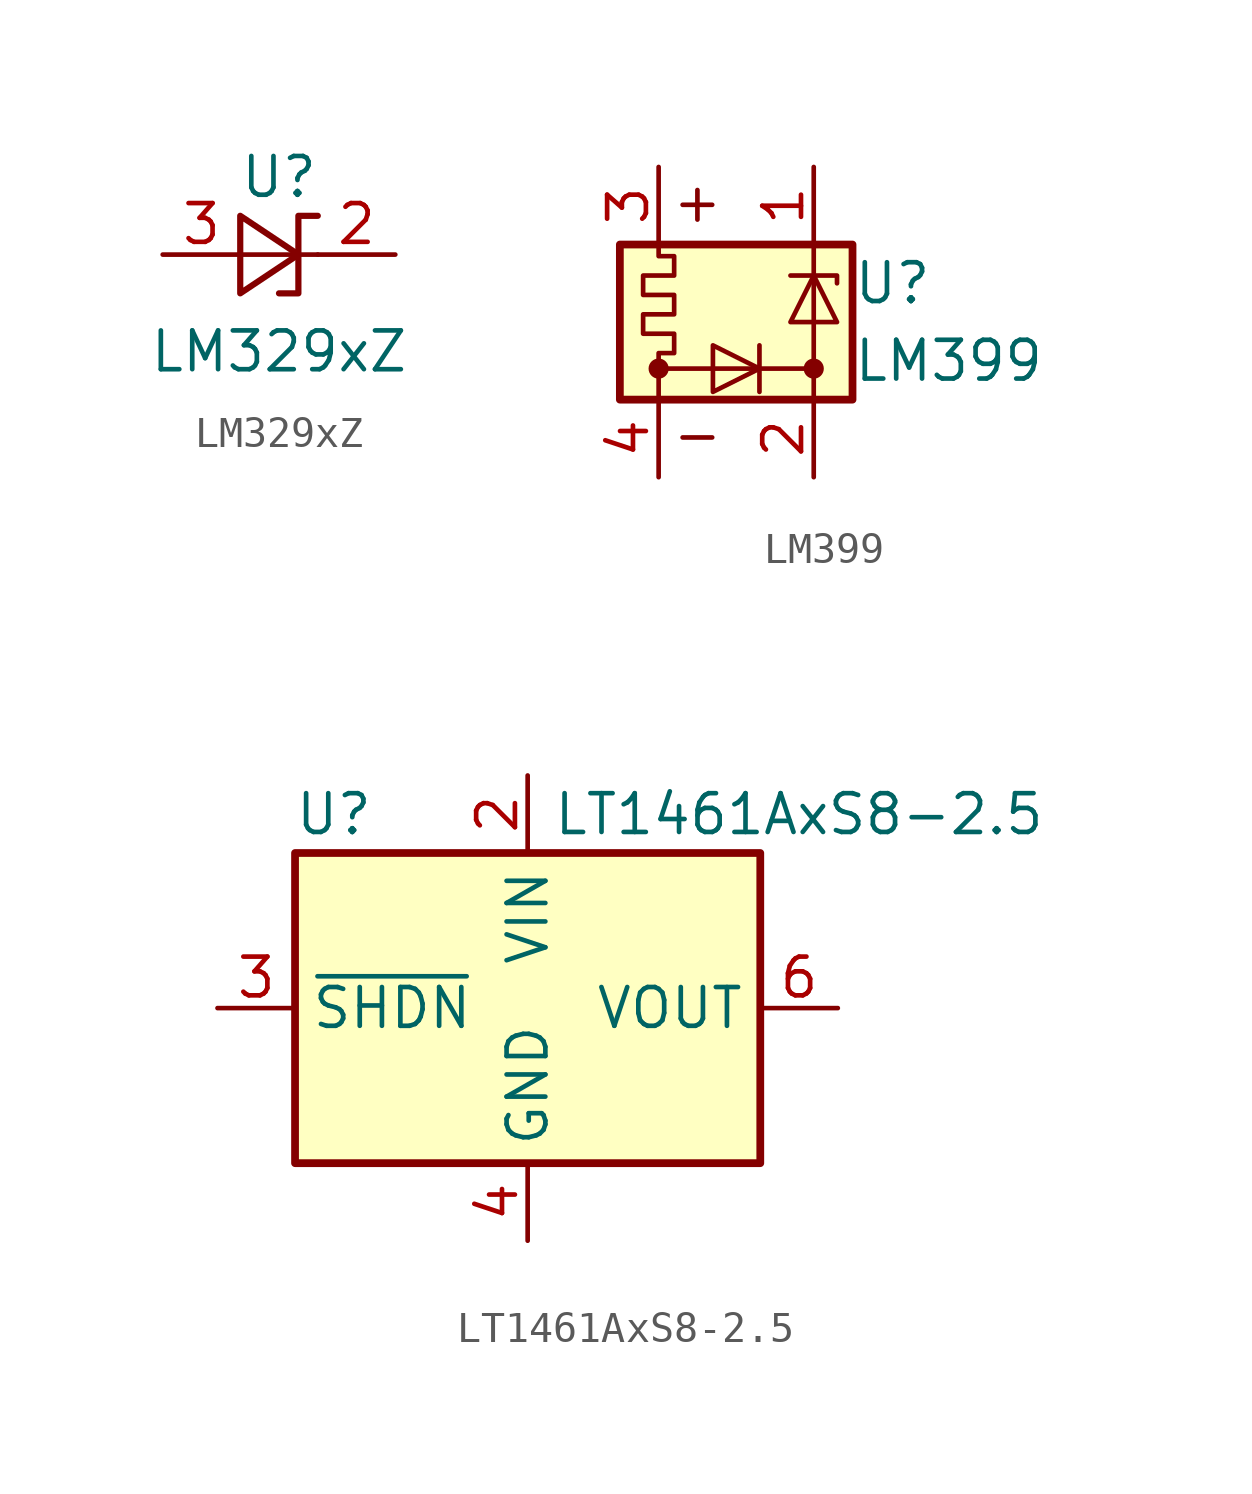
<source format=kicad_sym>
(kicad_symbol_lib
  (version 20200908)
  (generator kicad_symbol_editor)
  (symbol "Reference_Voltage:LM329xZ"
    (pin_names
      (offset 0.025) hide)
    (property "Reference" "U"
      (at 0 2.54 0)
      (effects (font (size 1.27 1.27))))
    (property "Value" "LM329xZ"
      (at 0 -3.175 0)
      (effects (font (size 1.27 1.27))))
    (symbol "LM329xZ_0_1"
      (polyline (pts (xy -1.27 0) (xy 0 0) (xy 1.27 0)) (stroke (width 0)) (fill (type none)))
      (polyline (pts (xy -1.27 -1.27) (xy 0.635 0) (xy -1.27 1.27) (xy -1.27 -1.27)) (stroke (width 0.203)) (fill (type none)))
      (polyline (pts (xy 0 -1.27) (xy 0.635 -1.27) (xy 0.635 1.27) (xy 1.27 1.27)) (stroke (width 0.203)) (fill (type none))))
    (symbol "LM329xZ_1_1"
      (pin unconnected line (at 0 0 0) (length 2.54) hide (name "NC" (effects (font (size 1.27 1.27)))) (number "1" (effects (font (size 1.27 1.27)))))
      (pin passive line (at 3.81 0 180) (length 2.54) (name "K" (effects (font (size 1.27 1.27)))) (number "2" (effects (font (size 1.27 1.27)))))
      (pin passive line (at -3.81 0 0) (length 2.54) (name "A" (effects (font (size 1.27 1.27)))) (number "3" (effects (font (size 1.27 1.27)))))))
  (symbol "Reference_Voltage:LM399"
    (pin_names
      (offset 1.016) hide)
    (property "Reference" "U"
      (at 3.81 1.27 0)
      (effects (font (size 1.27 1.27)) (justify left)))
    (property "Value" "LM399"
      (at 3.81 -1.27 0)
      (effects (font (size 1.27 1.27)) (justify left)))
    (symbol "LM399_0_1"
      (circle (center -2.54 -1.524) (radius 0.254) (stroke (width 0)) (fill (type outline)))
      (circle (center 2.54 -1.524) (radius 0.254) (stroke (width 0)) (fill (type outline)))
      (rectangle (start -3.81 2.54) (end 3.81 -2.54) (stroke (width 0.254)) (fill (type background)))
      (polyline (pts (xy -2.54 -2.54) (xy -2.54 -1.016) (xy -2.032 -1.016) (xy -2.032 -0.381) (xy -3.048 -0.381) (xy -3.048 0.254) (xy -2.032 0.254) (xy -2.032 0.889) (xy -3.048 0.889) (xy -3.048 1.524) (xy -2.032 1.524) (xy -2.032 2.159) (xy -2.54 2.159) (xy -2.54 2.54)) (stroke (width 0)) (fill (type none))))
    (symbol "LM399_0_0"
      (text "+" (at -1.27 3.937 0) (effects (font (size 1.27 1.27)))))
    (symbol "LM399_1_1"
      (text "-" (at -1.27 -3.683 0) (effects (font (size 1.27 1.27))))
      (polyline (pts (xy 2.54 -1.524) (xy -2.54 -1.524)) (stroke (width 0)) (fill (type none)))
      (polyline (pts (xy 2.54 2.54) (xy 2.54 -2.54)) (stroke (width 0)) (fill (type none)))
      (polyline (pts (xy 0.762 -0.762) (xy 0.762 -1.524) (xy 0.762 -2.286)) (stroke (width 0)) (fill (type none)))
      (polyline (pts (xy 1.778 1.524) (xy 3.302 1.524) (xy 3.302 1.27)) (stroke (width 0)) (fill (type none)))
      (polyline (pts (xy -0.762 -0.762) (xy -0.762 -2.286) (xy 0.762 -1.524) (xy -0.762 -0.762)) (stroke (width 0)) (fill (type none)))
      (polyline (pts (xy 1.778 0) (xy 3.302 0) (xy 2.54 1.524) (xy 1.778 0)) (stroke (width 0)) (fill (type none)))
      (pin passive line (at 2.54 5.08 270) (length 2.54) (name "~" (effects (font (size 1.27 1.27)))) (number "1" (effects (font (size 1.27 1.27)))))
      (pin passive line (at 2.54 -5.08 90) (length 2.54) (name "~" (effects (font (size 1.27 1.27)))) (number "2" (effects (font (size 1.27 1.27)))))
      (pin power_in line (at -2.54 5.08 270) (length 2.54) (name "~" (effects (font (size 1.27 1.27)))) (number "3" (effects (font (size 1.27 1.27)))))
      (pin power_in line (at -2.54 -5.08 90) (length 2.54) (name "~" (effects (font (size 1.27 1.27)))) (number "4" (effects (font (size 1.27 1.27)))))))
  (symbol "Reference_Voltage:LT1461AxS8-2.5"
    (property "Reference" "U"
      (at -6.35 6.35 0)
      (effects (font (size 1.27 1.27))))
    (property "Value" "LT1461AxS8-2.5"
      (at 8.89 6.35 0)
      (effects (font (size 1.27 1.27))))
    (symbol "LT1461AxS8-2.5_1_1"
      (rectangle (start -7.62 5.08) (end 7.62 -5.08) (stroke (width 0.254)) (fill (type background)))
      (pin unconnected line (at 7.62 -2.54 180) (length 2.54) hide (name "DNC" (effects (font (size 1.27 1.27)))) (number "1" (effects (font (size 1.27 1.27)))))
      (pin power_in line (at 0 7.62 270) (length 2.54) (name "VIN" (effects (font (size 1.27 1.27)))) (number "2" (effects (font (size 1.27 1.27)))))
      (pin input line (at -10.16 0 0) (length 2.54) (name "~SHDN" (effects (font (size 1.27 1.27)))) (number "3" (effects (font (size 1.27 1.27)))))
      (pin power_in line (at 0 -7.62 90) (length 2.54) (name "GND" (effects (font (size 1.27 1.27)))) (number "4" (effects (font (size 1.27 1.27)))))
      (pin unconnected line (at -7.62 -2.54 0) (length 2.54) hide (name "DNC" (effects (font (size 1.27 1.27)))) (number "5" (effects (font (size 1.27 1.27)))))
      (pin power_out line (at 10.16 0 180) (length 2.54) (name "VOUT" (effects (font (size 1.27 1.27)))) (number "6" (effects (font (size 1.27 1.27)))))
      (pin unconnected line (at -7.62 2.54 0) (length 2.54) hide (name "DNC" (effects (font (size 1.27 1.27)))) (number "7" (effects (font (size 1.27 1.27)))))
      (pin unconnected line (at 7.62 2.54 180) (length 2.54) hide (name "DNC" (effects (font (size 1.27 1.27)))) (number "8" (effects (font (size 1.27 1.27))))))))
</source>
